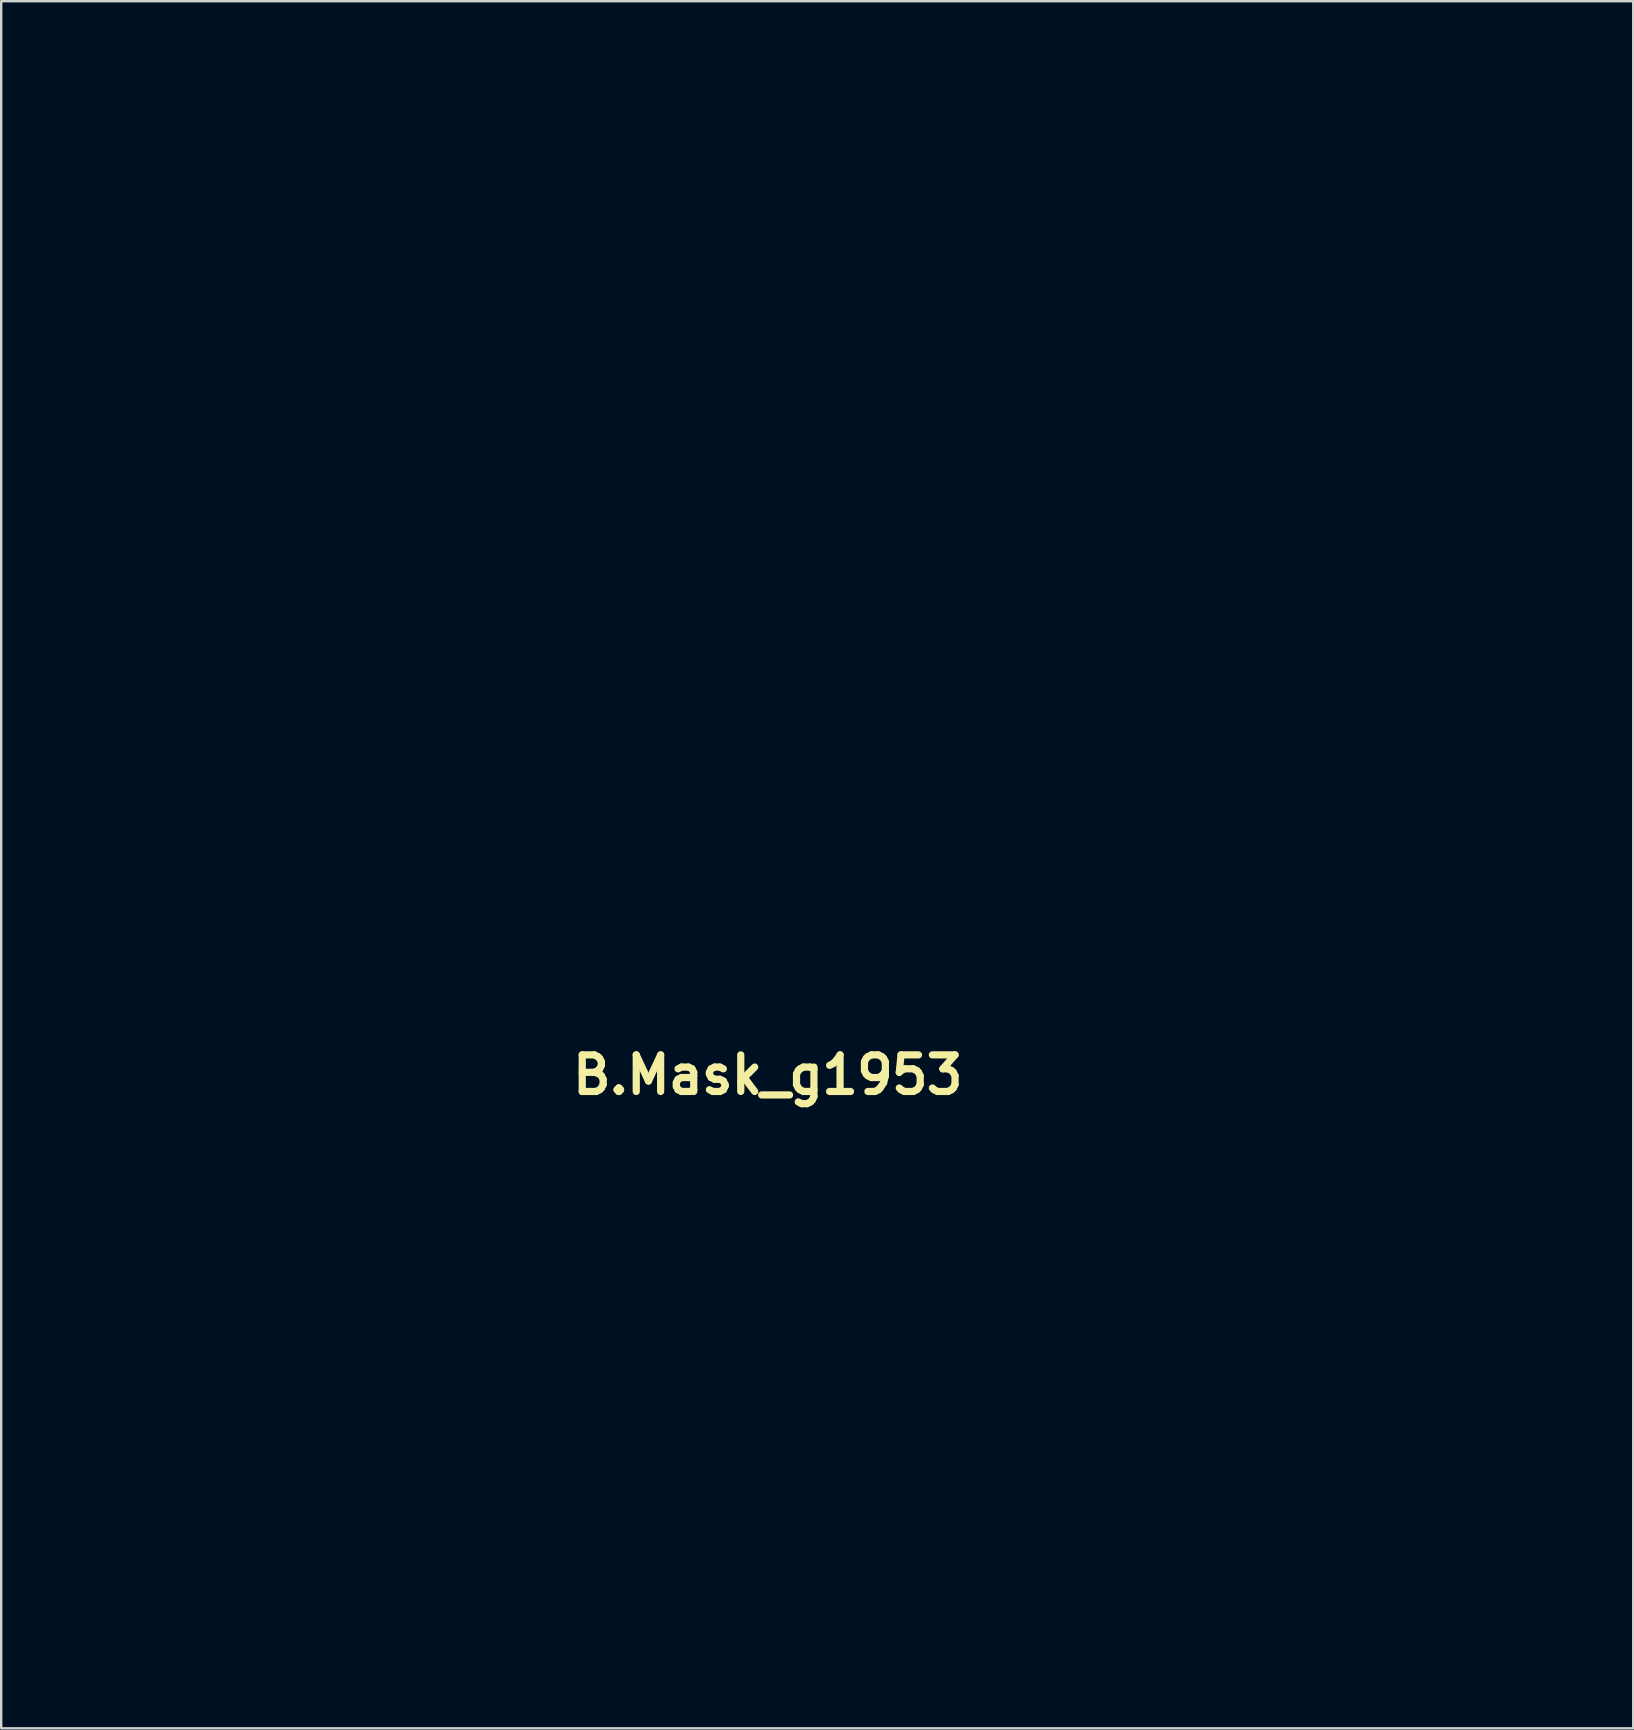
<source format=kicad_pcb>
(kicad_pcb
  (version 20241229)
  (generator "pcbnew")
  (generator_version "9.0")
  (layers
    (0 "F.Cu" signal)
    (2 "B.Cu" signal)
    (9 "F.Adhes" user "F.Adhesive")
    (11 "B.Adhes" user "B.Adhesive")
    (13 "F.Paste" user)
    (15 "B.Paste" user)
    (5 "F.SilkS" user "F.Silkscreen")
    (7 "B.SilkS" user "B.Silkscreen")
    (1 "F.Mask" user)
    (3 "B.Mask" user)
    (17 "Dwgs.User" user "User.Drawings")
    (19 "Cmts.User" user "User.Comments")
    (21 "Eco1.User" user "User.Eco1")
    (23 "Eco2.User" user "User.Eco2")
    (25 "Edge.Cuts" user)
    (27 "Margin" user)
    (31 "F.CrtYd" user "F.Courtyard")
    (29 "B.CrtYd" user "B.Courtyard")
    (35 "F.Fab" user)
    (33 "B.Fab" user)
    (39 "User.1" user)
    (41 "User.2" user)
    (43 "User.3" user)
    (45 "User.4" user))
  (footprint "B.Mask_g1953"
    (layer "F.Cu")
    (at 28.935 41.731)
    (property "Reference" "B.Mask_g1953" (at 0 0 0) (layer "F.SilkS") (effects (font (size 1.524 1.524) (thickness 0.3))))
    (attr through_hole)
    (fp_poly (pts (xy 3.705 -41.713) (xy 4.336 -41.564) (xy 4.979 -41.273) (xy 5.642 -40.837) (xy 6.332 -40.252) (xy 7.056 -39.514) (xy 7.822 -38.618) (xy 7.855 -38.577) (xy 8.223 -38.131) (xy 8.659 -37.618) (xy 9.116 -37.094) (xy 9.545 -36.614) (xy 9.655 -36.494) (xy 10.124 -35.979) (xy 10.642 -35.399) (xy 11.196 -34.77) (xy 11.776 -34.103) (xy 12.368 -33.415) (xy 12.962 -32.719) (xy 13.546 -32.029) (xy 14.107 -31.36) (xy 14.633 -30.726) (xy 15.112 -30.14) (xy 15.534 -29.618) (xy 15.885 -29.173) (xy 16.154 -28.819) (xy 16.328 -28.571) (xy 16.376 -28.492) (xy 16.487 -28.151) (xy 16.439 -27.85) (xy 16.241 -27.605) (xy 15.901 -27.426) (xy 15.65 -27.361) (xy 14.923 -27.221) (xy 14.345 -27.106) (xy 13.899 -27.009) (xy 13.569 -26.924) (xy 13.336 -26.844) (xy 13.184 -26.763) (xy 13.095 -26.674) (xy 13.053 -26.57) (xy 13.04 -26.445) (xy 13.039 -26.358) (xy 13.081 -26.097) (xy 13.206 -25.696) (xy 13.412 -25.16) (xy 13.694 -24.496) (xy 14.05 -23.709) (xy 14.478 -22.805) (xy 14.974 -21.79) (xy 15.535 -20.669) (xy 16.158 -19.449) (xy 16.841 -18.135) (xy 17.581 -16.732) (xy 18.374 -15.248) (xy 19.217 -13.686) (xy 20.108 -12.054) (xy 21.044 -10.357) (xy 22.022 -8.601) (xy 22.311 -8.086) (xy 22.953 -6.933) (xy 23.555 -5.835) (xy 24.112 -4.805) (xy 24.619 -3.851) (xy 25.069 -2.985) (xy 25.457 -2.218) (xy 25.778 -1.56) (xy 26.026 -1.022) (xy 26.195 -0.613) (xy 26.244 -0.478) (xy 26.383 0.108) (xy 26.384 0.617) (xy 26.243 1.071) (xy 26.127 1.275) (xy 26.017 1.43) (xy 25.903 1.555) (xy 25.765 1.654) (xy 25.584 1.73) (xy 25.34 1.788) (xy 25.013 1.83) (xy 24.585 1.863) (xy 24.036 1.888) (xy 23.347 1.911) (xy 22.963 1.922) (xy 22.229 1.944) (xy 21.645 1.965) (xy 21.188 1.99) (xy 20.84 2.024) (xy 20.58 2.072) (xy 20.387 2.138) (xy 20.24 2.227) (xy 20.12 2.345) (xy 20.007 2.494) (xy 19.918 2.624) (xy 19.811 2.803) (xy 19.747 2.981) (xy 19.732 3.174) (xy 19.774 3.395) (xy 19.88 3.661) (xy 20.057 3.986) (xy 20.311 4.384) (xy 20.65 4.872) (xy 21.08 5.463) (xy 21.567 6.116) (xy 23.277 8.432) (xy 24.929 10.747) (xy 26.542 13.091) (xy 28.136 15.493) (xy 29.732 17.983) (xy 31.348 20.591) (xy 32.172 21.952) (xy 32.531 22.556) (xy 32.796 23.021) (xy 32.969 23.348) (xy 33.05 23.54) (xy 33.04 23.599) (xy 32.941 23.525) (xy 32.766 23.339) (xy 32.419 23.02) (xy 31.935 22.686) (xy 31.344 22.354) (xy 30.676 22.038) (xy 29.962 21.754) (xy 29.301 21.539) (xy 28.082 21.244) (xy 26.862 21.064) (xy 25.665 20.998) (xy 24.514 21.046) (xy 23.432 21.209) (xy 22.443 21.485) (xy 22.061 21.635) (xy 21.389 21.924) (xy 20.912 21.47) (xy 20.23 20.89) (xy 19.556 20.471) (xy 18.869 20.208) (xy 18.147 20.093) (xy 17.369 20.121) (xy 16.563 20.273) (xy 15.649 20.502) (xy 15.033 19.839) (xy 14.59 19.397) (xy 14.19 19.084) (xy 13.798 18.881) (xy 13.375 18.767) (xy 12.996 18.727) (xy 12.355 18.763) (xy 11.744 18.945) (xy 11.133 19.284) (xy 11.043 19.347) (xy 10.629 19.641) (xy 10.428 19.425) (xy 10.137 19.191) (xy 9.782 19.073) (xy 9.456 19.05) (xy 9.213 19.07) (xy 9.04 19.158) (xy 8.86 19.352) (xy 8.857 19.356) (xy 8.568 19.634) (xy 8.196 19.833) (xy 7.712 19.963) (xy 7.185 20.029) (xy 6.822 20.054) (xy 6.565 20.053) (xy 6.356 20.015) (xy 6.132 19.932) (xy 5.903 19.827) (xy 5.545 19.682) (xy 5.17 19.566) (xy 4.898 19.51) (xy 4.471 19.404) (xy 3.931 19.177) (xy 3.655 19.038) (xy 3.283 18.855) (xy 2.922 18.703) (xy 2.626 18.6) (xy 2.499 18.571) (xy 2.039 18.571) (xy 1.482 18.687) (xy 0.817 18.92) (xy 0.566 19.026) (xy -0.473 19.43) (xy -1.424 19.691) (xy -2.286 19.811) (xy -3.063 19.789) (xy -3.757 19.626) (xy -3.768 19.623) (xy -4.396 19.395) (xy -4.888 19.218) (xy -5.267 19.085) (xy -5.555 18.991) (xy -5.776 18.93) (xy -5.952 18.895) (xy -6.107 18.882) (xy -6.264 18.882) (xy -6.445 18.892) (xy -6.557 18.898) (xy -7.218 18.994) (xy -7.797 19.213) (xy -8.331 19.573) (xy -8.639 19.858) (xy -9.084 20.308) (xy -10.11 20.26) (xy -10.793 20.25) (xy -11.352 20.297) (xy -11.822 20.408) (xy -12.24 20.591) (xy -12.513 20.76) (xy -12.793 21.008) (xy -13.093 21.362) (xy -13.372 21.77) (xy -13.593 22.179) (xy -13.627 22.258) (xy -13.735 22.518) (xy -14.212 22.147) (xy -14.653 21.823) (xy -15.021 21.602) (xy -15.361 21.467) (xy -15.718 21.399) (xy -16.129 21.38) (xy -16.576 21.404) (xy -16.986 21.489) (xy -17.399 21.65) (xy -17.859 21.904) (xy -18.275 22.174) (xy -18.783 22.519) (xy -19.361 22.274) (xy -20.128 21.986) (xy -20.796 21.817) (xy -21.383 21.767) (xy -21.91 21.833) (xy -22.361 21.997) (xy -22.765 22.246) (xy -23.18 22.593) (xy -23.544 22.984) (xy -23.593 23.046) (xy -23.65 23.112) (xy -23.725 23.17) (xy -23.835 23.225) (xy -24 23.28) (xy -24.239 23.342) (xy -24.569 23.414) (xy -25.01 23.503) (xy -25.581 23.612) (xy -26.292 23.745) (xy -26.926 23.862) (xy -27.506 23.969) (xy -28.012 24.061) (xy -28.423 24.135) (xy -28.717 24.187) (xy -28.874 24.212) (xy -28.893 24.215) (xy -28.93 24.147) (xy -28.911 24.024) (xy -28.803 23.756) (xy -28.604 23.362) (xy -28.32 22.854) (xy -27.961 22.243) (xy -27.532 21.542) (xy -27.041 20.762) (xy -26.496 19.914) (xy -25.904 19.01) (xy -25.273 18.062) (xy -24.609 17.082) (xy -23.921 16.082) (xy -23.423 15.367) (xy -22.184 13.621) (xy -20.94 11.91) (xy -19.664 10.2) (xy -18.332 8.458) (xy -16.919 6.651) (xy -16.023 5.523) (xy -15.522 4.893) (xy -15.12 4.378) (xy -14.807 3.961) (xy -14.574 3.629) (xy -14.41 3.365) (xy -14.306 3.154) (xy -14.253 2.98) (xy -14.24 2.829) (xy -14.254 2.704) (xy -14.393 2.295) (xy -14.625 1.959) (xy -14.919 1.741) (xy -14.94 1.732) (xy -15.142 1.68) (xy -15.487 1.627) (xy -15.95 1.578) (xy -16.506 1.534) (xy -16.695 1.522) (xy -17.552 1.469) (xy -18.257 1.421) (xy -18.827 1.374) (xy -19.278 1.326) (xy -19.629 1.272) (xy -19.895 1.209) (xy -20.094 1.133) (xy -20.244 1.042) (xy -20.36 0.931) (xy -20.46 0.797) (xy -20.499 0.736) (xy -20.621 0.395) (xy -20.635 -0.049) (xy -20.544 -0.571) (xy -20.401 -0.99) (xy -13.283 -0.99) (xy -13.275 -0.832) (xy -13.246 -0.533) (xy -13.192 -0.342) (xy -13.087 -0.198) (xy -12.909 -0.046) (xy -12.691 0.134) (xy -12.403 0.384) (xy -12.098 0.658) (xy -12.018 0.732) (xy -11.733 0.984) (xy -11.462 1.204) (xy -11.25 1.355) (xy -11.199 1.385) (xy -11.005 1.537) (xy -10.891 1.721) (xy -10.889 1.727) (xy -10.746 2.016) (xy -10.504 2.175) (xy -10.32 2.201) (xy -10.057 2.249) (xy -9.861 2.338) (xy -9.59 2.432) (xy -9.439 2.42) (xy -9.335 2.401) (xy -9.23 2.405) (xy -9.101 2.446) (xy -8.923 2.535) (xy -8.672 2.684) (xy -8.323 2.904) (xy -7.934 3.156) (xy -7.02 3.748) (xy -7.087 4.139) (xy -7.109 4.352) (xy -7.126 4.697) (xy -7.138 5.139) (xy -7.144 5.641) (xy -7.144 6.063) (xy -7.139 6.622) (xy -7.128 7.051) (xy -7.108 7.389) (xy -7.074 7.676) (xy -7.022 7.952) (xy -6.947 8.255) (xy -6.862 8.561) (xy -6.618 9.343) (xy -6.353 9.999) (xy -6.045 10.572) (xy -5.667 11.107) (xy -5.196 11.647) (xy -5.07 11.778) (xy -4.746 12.098) (xy -4.435 12.381) (xy -4.17 12.6) (xy -3.982 12.728) (xy -3.957 12.739) (xy -3.725 12.903) (xy -3.549 13.184) (xy -3.424 13.596) (xy -3.343 14.155) (xy -3.326 14.372) (xy -3.306 14.719) (xy -3.308 14.929) (xy -3.336 15.036) (xy -3.394 15.07) (xy -3.412 15.071) (xy -3.573 15.145) (xy -3.716 15.328) (xy -3.801 15.56) (xy -3.81 15.654) (xy -3.753 15.883) (xy -3.669 16.018) (xy -3.597 16.115) (xy -3.604 16.202) (xy -3.707 16.322) (xy -3.882 16.476) (xy -4.333 16.927) (xy -4.63 17.373) (xy -4.771 17.806) (xy -4.751 18.217) (xy -4.669 18.433) (xy -4.346 18.887) (xy -3.902 19.229) (xy -3.351 19.453) (xy -2.703 19.553) (xy -2.515 19.558) (xy -2.088 19.522) (xy -1.557 19.421) (xy -0.971 19.269) (xy -0.376 19.078) (xy 0.179 18.86) (xy 0.273 18.818) (xy 0.608 18.657) (xy 0.827 18.524) (xy 0.969 18.385) (xy 1.078 18.208) (xy 1.098 18.166) (xy 1.243 17.702) (xy 1.25 17.225) (xy 1.132 16.82) (xy 1.049 16.623) (xy 1.051 16.502) (xy 1.144 16.382) (xy 1.175 16.351) (xy 1.32 16.108) (xy 1.345 15.831) (xy 1.249 15.585) (xy 1.185 15.517) (xy 1.038 15.321) (xy 1.055 15.117) (xy 1.218 14.911) (xy 1.55 14.695) (xy 1.961 14.565) (xy 2.378 14.538) (xy 2.564 14.569) (xy 2.808 14.658) (xy 3.074 14.79) (xy 3.318 14.937) (xy 3.494 15.072) (xy 3.556 15.163) (xy 3.512 15.27) (xy 3.402 15.457) (xy 3.344 15.544) (xy 3.183 15.828) (xy 3.146 16.051) (xy 3.232 16.265) (xy 3.306 16.369) (xy 3.48 16.59) (xy 3.295 16.84) (xy 3.184 17.027) (xy 3.14 17.234) (xy 3.147 17.53) (xy 3.149 17.556) (xy 3.271 18.043) (xy 3.538 18.472) (xy 3.932 18.826) (xy 4.434 19.087) (xy 4.916 19.219) (xy 5.278 19.302) (xy 5.638 19.411) (xy 5.842 19.491) (xy 6.399 19.691) (xy 6.951 19.768) (xy 7.547 19.724) (xy 7.995 19.629) (xy 8.381 19.445) (xy 8.687 19.115) (xy 8.909 18.648) (xy 8.936 18.56) (xy 9.034 18.015) (xy 8.985 17.525) (xy 8.783 17.051) (xy 8.677 16.885) (xy 8.512 16.625) (xy 8.423 16.409) (xy 8.388 16.158) (xy 8.382 15.893) (xy 8.374 15.574) (xy 8.336 15.361) (xy 8.251 15.193) (xy 8.128 15.041) (xy 7.951 14.792) (xy 7.881 14.532) (xy 7.874 14.373) (xy 7.944 13.942) (xy 8.135 13.467) (xy 8.421 12.986) (xy 8.776 12.537) (xy 9.174 12.159) (xy 9.587 11.889) (xy 9.596 11.885) (xy 9.92 11.704) (xy 10.204 11.486) (xy 10.472 11.202) (xy 10.75 10.823) (xy 11.064 10.323) (xy 11.133 10.208) (xy 11.486 9.595) (xy 11.76 9.077) (xy 11.965 8.616) (xy 12.108 8.179) (xy 12.196 7.731) (xy 12.238 7.237) (xy 12.242 6.663) (xy 12.215 5.972) (xy 12.193 5.564) (xy 12.159 4.974) (xy 12.136 4.531) (xy 12.125 4.21) (xy 12.127 3.99) (xy 12.143 3.848) (xy 12.172 3.76) (xy 12.216 3.705) (xy 12.246 3.68) (xy 12.61 3.455) (xy 13.013 3.293) (xy 13.382 3.219) (xy 13.435 3.217) (xy 13.786 3.158) (xy 13.993 3.048) (xy 14.256 2.919) (xy 14.515 2.879) (xy 14.806 2.843) (xy 15.107 2.755) (xy 15.137 2.743) (xy 15.399 2.646) (xy 15.736 2.544) (xy 15.959 2.485) (xy 16.369 2.367) (xy 16.655 2.224) (xy 16.862 2.021) (xy 17.036 1.724) (xy 17.078 1.637) (xy 17.233 1.133) (xy 17.259 0.624) (xy 17.166 0.136) (xy 16.97 -0.305) (xy 16.683 -0.673) (xy 16.319 -0.941) (xy 15.89 -1.083) (xy 15.685 -1.099) (xy 15.459 -1.109) (xy 15.346 -1.166) (xy 15.293 -1.317) (xy 15.271 -1.447) (xy 15.182 -1.741) (xy 15.034 -2.008) (xy 15.009 -2.04) (xy 14.792 -2.231) (xy 14.563 -2.285) (xy 14.299 -2.199) (xy 13.978 -1.97) (xy 13.883 -1.887) (xy 13.626 -1.669) (xy 13.436 -1.551) (xy 13.268 -1.51) (xy 13.152 -1.513) (xy 12.816 -1.471) (xy 12.56 -1.358) (xy 12.368 -1.253) (xy 12.251 -1.203) (xy 12.236 -1.203) (xy 12.209 -1.291) (xy 12.152 -1.505) (xy 12.075 -1.808) (xy 12.029 -1.99) (xy 11.897 -2.448) (xy 11.72 -2.954) (xy 11.534 -3.407) (xy 11.511 -3.458) (xy 11.356 -3.795) (xy 11.267 -4.019) (xy 11.236 -4.171) (xy 11.253 -4.29) (xy 11.305 -4.406) (xy 11.381 -4.639) (xy 11.425 -4.943) (xy 11.43 -5.067) (xy 11.423 -5.284) (xy 11.386 -5.441) (xy 11.29 -5.585) (xy 11.11 -5.762) (xy 10.928 -5.921) (xy 10.648 -6.181) (xy 10.469 -6.407) (xy 10.381 -6.641) (xy 10.376 -6.924) (xy 10.444 -7.295) (xy 10.535 -7.649) (xy 10.662 -8.185) (xy 10.73 -8.68) (xy 10.752 -9.233) (xy 10.753 -9.304) (xy 10.759 -9.661) (xy 10.775 -9.946) (xy 10.798 -10.121) (xy 10.817 -10.16) (xy 10.864 -10.083) (xy 10.935 -9.877) (xy 11.019 -9.579) (xy 11.067 -9.385) (xy 11.226 -8.852) (xy 11.424 -8.455) (xy 11.683 -8.162) (xy 12.026 -7.941) (xy 12.07 -7.92) (xy 12.411 -7.82) (xy 12.808 -7.795) (xy 13.182 -7.844) (xy 13.369 -7.912) (xy 13.725 -8.178) (xy 14.007 -8.547) (xy 14.194 -8.974) (xy 14.264 -9.413) (xy 14.223 -9.741) (xy 14 -10.239) (xy 13.656 -10.622) (xy 13.206 -10.879) (xy 12.787 -10.983) (xy 12.651 -11.01) (xy 12.536 -11.065) (xy 12.419 -11.174) (xy 12.277 -11.361) (xy 12.087 -11.651) (xy 11.911 -11.931) (xy 11.25 -12.89) (xy 10.538 -13.71) (xy 9.753 -14.407) (xy 8.875 -14.998) (xy 7.883 -15.497) (xy 6.758 -15.919) (xy 6.477 -16.007) (xy 6.064 -16.131) (xy 5.736 -16.224) (xy 5.454 -16.29) (xy 5.179 -16.334) (xy 4.874 -16.363) (xy 4.499 -16.382) (xy 4.017 -16.396) (xy 3.662 -16.404) (xy 2.901 -16.413) (xy 2.269 -16.4) (xy 1.727 -16.357) (xy 1.236 -16.28) (xy 0.758 -16.162) (xy 0.254 -15.999) (xy -0.172 -15.84) (xy -1.056 -15.424) (xy -1.846 -14.893) (xy -2.556 -14.236) (xy -3.195 -13.441) (xy -3.777 -12.498) (xy -3.962 -12.144) (xy -4.105 -11.838) (xy -4.157 -11.639) (xy -4.116 -11.511) (xy -3.979 -11.415) (xy -3.902 -11.38) (xy -3.791 -11.325) (xy -3.777 -11.272) (xy -3.877 -11.191) (xy -4.08 -11.069) (xy -4.553 -10.697) (xy -4.919 -10.21) (xy -5.162 -9.638) (xy -5.267 -9.007) (xy -5.27 -8.902) (xy -5.226 -8.252) (xy -5.081 -7.733) (xy -4.861 -7.373) (xy -4.726 -7.182) (xy -4.702 -7.04) (xy -4.737 -6.952) (xy -4.794 -6.761) (xy -4.825 -6.497) (xy -4.826 -6.429) (xy -4.841 -6.215) (xy -4.908 -6.046) (xy -5.056 -5.865) (xy -5.217 -5.71) (xy -5.431 -5.5) (xy -5.543 -5.348) (xy -5.578 -5.2) (xy -5.565 -5.023) (xy -5.506 -4.739) (xy -5.408 -4.414) (xy -5.369 -4.307) (xy -5.216 -3.915) (xy -5.61 -3.476) (xy -6.039 -2.917) (xy -6.32 -2.347) (xy -6.47 -1.725) (xy -6.495 -1.49) (xy -6.527 -1.184) (xy -6.566 -0.957) (xy -6.607 -0.85) (xy -6.614 -0.847) (xy -6.706 -0.91) (xy -6.827 -1.063) (xy -6.827 -1.064) (xy -6.986 -1.229) (xy -7.231 -1.405) (xy -7.368 -1.483) (xy -7.633 -1.642) (xy -7.772 -1.803) (xy -7.816 -1.931) (xy -7.941 -2.161) (xy -8.19 -2.307) (xy -8.529 -2.352) (xy -8.592 -2.349) (xy -8.745 -2.35) (xy -8.837 -2.411) (xy -8.903 -2.574) (xy -8.948 -2.74) (xy -9.098 -3.155) (xy -9.301 -3.415) (xy -9.552 -3.518) (xy -9.846 -3.458) (xy -9.894 -3.435) (xy -10.104 -3.276) (xy -10.301 -3.049) (xy -10.328 -3.008) (xy -10.451 -2.822) (xy -10.536 -2.718) (xy -10.551 -2.709) (xy -10.641 -2.751) (xy -10.803 -2.85) (xy -11.145 -2.978) (xy -11.553 -2.977) (xy -11.992 -2.855) (xy -12.427 -2.62) (xy -12.686 -2.416) (xy -13.03 -2.011) (xy -13.226 -1.542) (xy -13.283 -0.99) (xy -20.401 -0.99) (xy -20.348 -1.146) (xy -20.342 -1.16) (xy -20.248 -1.364) (xy -20.081 -1.701) (xy -19.851 -2.157) (xy -19.565 -2.714) (xy -19.232 -3.359) (xy -18.859 -4.075) (xy -18.455 -4.846) (xy -18.028 -5.658) (xy -17.586 -6.494) (xy -17.138 -7.338) (xy -16.692 -8.177) (xy -16.256 -8.993) (xy -15.837 -9.771) (xy -15.446 -10.496) (xy -15.088 -11.152) (xy -14.774 -11.724) (xy -14.749 -11.769) (xy -14.448 -12.308) (xy -14.082 -12.96) (xy -13.669 -13.692) (xy -13.229 -14.47) (xy -12.78 -15.26) (xy -12.342 -16.028) (xy -12.066 -16.51) (xy -11.268 -17.911) (xy -10.531 -19.224) (xy -9.859 -20.443) (xy -9.254 -21.562) (xy -8.718 -22.576) (xy -8.256 -23.479) (xy -7.869 -24.265) (xy -7.561 -24.93) (xy -7.335 -25.467) (xy -7.192 -25.871) (xy -7.139 -26.114) (xy -7.162 -26.504) (xy -7.328 -26.821) (xy -7.613 -27.07) (xy -7.727 -27.141) (xy -7.848 -27.192) (xy -8.003 -27.226) (xy -8.221 -27.247) (xy -8.532 -27.258) (xy -8.964 -27.262) (xy -9.331 -27.263) (xy -10.009 -27.269) (xy -10.527 -27.296) (xy -10.895 -27.352) (xy -11.123 -27.448) (xy -11.22 -27.592) (xy -11.197 -27.795) (xy -11.063 -28.067) (xy -10.828 -28.416) (xy -10.68 -28.617) (xy -9.636 -29.99) (xy -8.644 -31.25) (xy -7.676 -32.432) (xy -6.703 -33.571) (xy -5.694 -34.702) (xy -5.364 -35.064) (xy -4.829 -35.637) (xy -4.322 -36.161) (xy -3.815 -36.66) (xy -3.28 -37.163) (xy -2.688 -37.695) (xy -2.011 -38.284) (xy -1.439 -38.772) (xy -0.58 -39.488) (xy 0.193 -40.109) (xy 0.873 -40.63) (xy 1.454 -41.047) (xy 1.931 -41.354) (xy 2.297 -41.549) (xy 2.45 -41.606) (xy 3.079 -41.726) (xy 3.705 -41.713)) (stroke (width 0.01) (type solid)) (fill yes) (layer "B.Mask")))
  (gr_rect
    (start -3 -3)
    (end 64.99 68.951)
    (stroke (width 0.1) (type default))
    (fill no)
    (layer "Edge.Cuts")))
</source>
